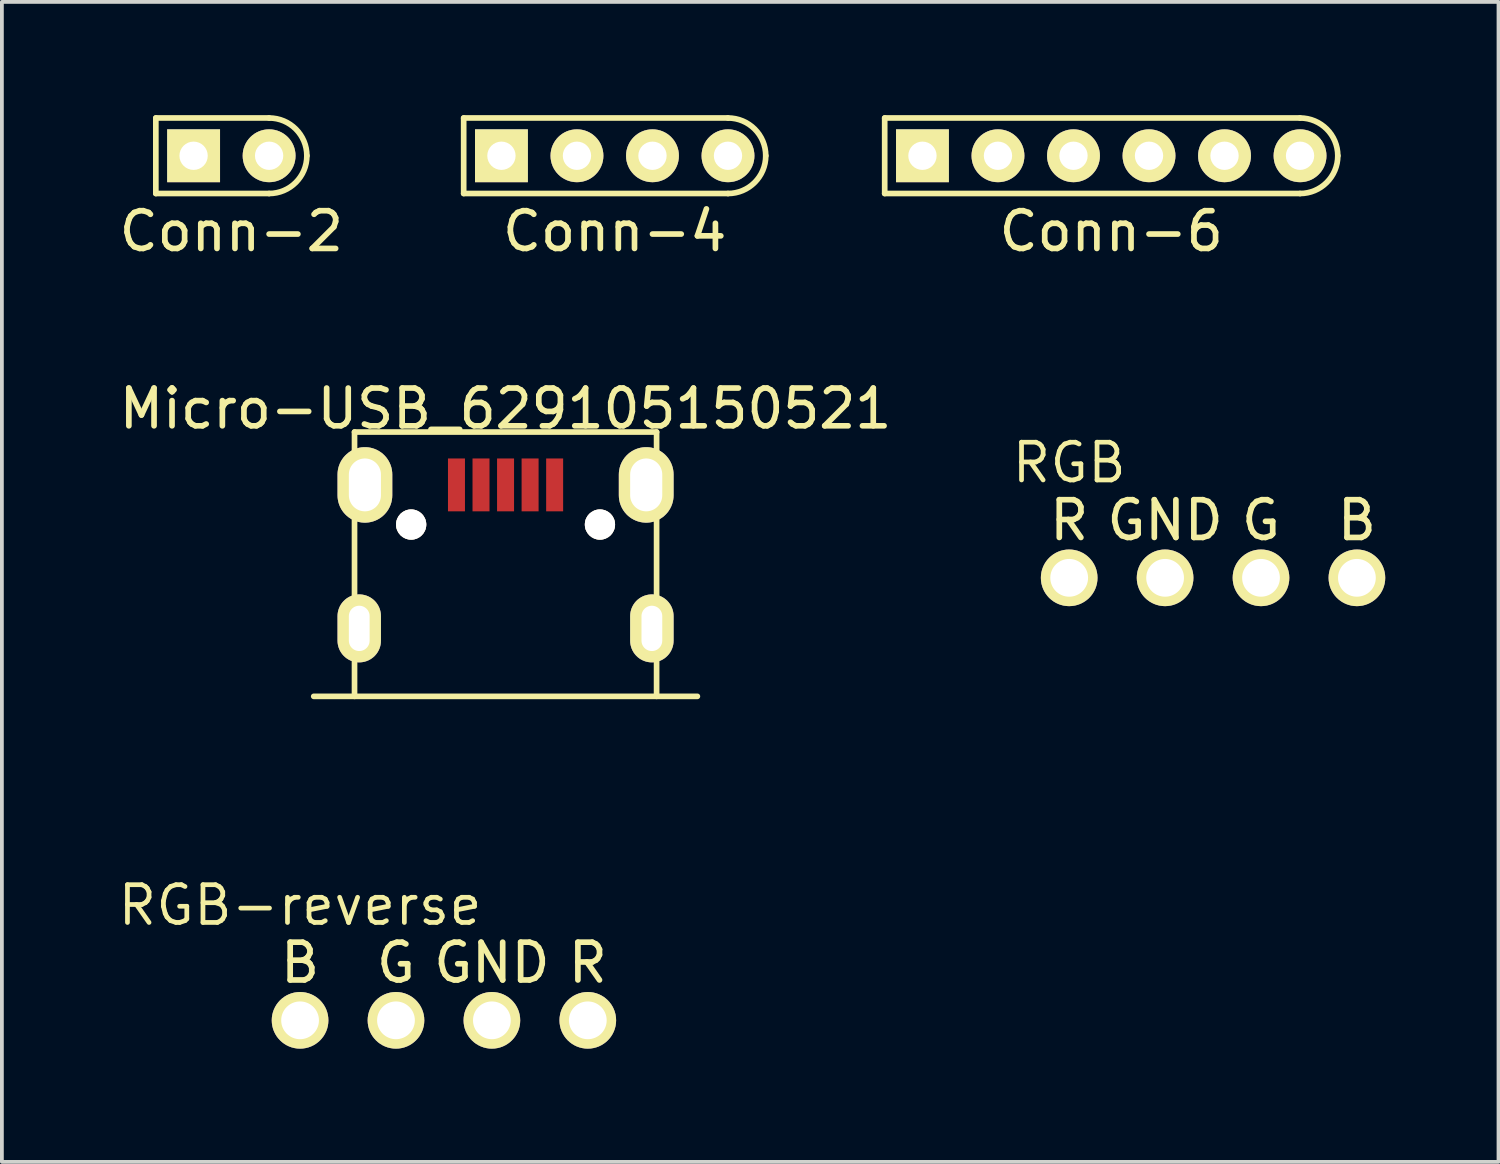
<source format=kicad_pcb>
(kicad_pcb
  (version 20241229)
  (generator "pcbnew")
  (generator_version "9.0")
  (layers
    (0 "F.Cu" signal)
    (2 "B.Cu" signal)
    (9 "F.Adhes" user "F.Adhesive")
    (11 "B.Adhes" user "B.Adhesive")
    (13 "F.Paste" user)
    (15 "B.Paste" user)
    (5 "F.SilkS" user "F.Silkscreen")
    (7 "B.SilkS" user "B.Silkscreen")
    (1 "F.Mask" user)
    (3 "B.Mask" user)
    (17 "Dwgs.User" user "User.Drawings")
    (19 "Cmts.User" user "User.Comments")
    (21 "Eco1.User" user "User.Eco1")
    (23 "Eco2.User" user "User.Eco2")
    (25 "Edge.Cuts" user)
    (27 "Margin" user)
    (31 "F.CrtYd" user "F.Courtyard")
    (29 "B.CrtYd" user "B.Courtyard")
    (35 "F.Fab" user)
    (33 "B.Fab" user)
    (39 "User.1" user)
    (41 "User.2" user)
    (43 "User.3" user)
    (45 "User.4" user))
  (footprint "Conn-6"
    (layer "F.Cu")
    (at 26.38 1.075)
    (property "Reference" "Conn-6" (at 0 2 0) (layer "F.SilkS") (effects (font (size 1 1) (thickness 0.15))))
    (attr through_hole)
    (fp_line (start -6 -1) (end -6 1) (stroke (width 0.15) (type solid)) (layer "F.SilkS"))
    (fp_line (start -6 1) (end 5 1) (stroke (width 0.15) (type solid)) (layer "F.SilkS"))
    (fp_line (start 5 -1) (end -6 -1) (stroke (width 0.15) (type solid)) (layer "F.SilkS"))
    (fp_arc (start 5 -1) (mid 5.707107 -0.707107) (end 6 0) (stroke (width 0.15) (type solid)) (layer "F.SilkS"))
    (fp_arc (start 6 0) (mid 5.707107 0.707107) (end 5 1) (stroke (width 0.15) (type solid)) (layer "F.SilkS"))
    (pad "1" thru_hole rect (at -5 0) (size 1.4 1.4) (drill 0.75) (layers "*.Cu" "*.Mask" "F.SilkS"))
    (pad "2" thru_hole circle (at -3 0) (size 1.4 1.4) (drill 0.75) (layers "*.Cu" "*.Mask" "F.SilkS"))
    (pad "3" thru_hole circle (at -1 0) (size 1.4 1.4) (drill 0.75) (layers "*.Cu" "*.Mask" "F.SilkS"))
    (pad "4" thru_hole circle (at 1 0) (size 1.4 1.4) (drill 0.75) (layers "*.Cu" "*.Mask" "F.SilkS"))
    (pad "5" thru_hole circle (at 3 0) (size 1.4 1.4) (drill 0.75) (layers "*.Cu" "*.Mask" "F.SilkS"))
    (pad "6" thru_hole circle (at 5 0) (size 1.4 1.4) (drill 0.75) (layers "*.Cu" "*.Mask" "F.SilkS")))
  (footprint "Micro-USB_629105150521"
    (layer "F.Cu")
    (at 10.339 15.392)
    (property "Reference" "Micro-USB_629105150521" (at 0 -7.62 0) (layer "F.SilkS") (effects (font (size 1 1) (thickness 0.15))))
    (attr through_hole)
    (fp_line (start -5.08 0) (end 5.08 0) (stroke (width 0.15) (type solid)) (layer "F.SilkS"))
    (fp_line (start -4 -7) (end 4 -7) (stroke (width 0.15) (type solid)) (layer "F.SilkS"))
    (fp_line (start -4 0) (end -4 -7) (stroke (width 0.15) (type solid)) (layer "F.SilkS"))
    (fp_line (start 4 -7) (end 4 0) (stroke (width 0.15) (type solid)) (layer "F.SilkS"))
    (pad "" thru_hole circle (at -2.5 -4.55) (size 0.8 0.8) (drill 0.8) (layers "*.Cu" "*.Mask" "F.SilkS"))
    (pad "" thru_hole circle (at 2.5 -4.55) (size 0.8 0.8) (drill 0.8) (layers "*.Cu" "*.Mask" "F.SilkS"))
    (pad "1" smd rect (at -1.3 -5.6) (size 0.45 1.4) (layers "F.Cu" "F.Mask" "F.Paste"))
    (pad "2" smd rect (at -0.65 -5.6) (size 0.45 1.4) (layers "F.Cu" "F.Mask" "F.Paste"))
    (pad "3" smd rect (at 0 -5.6) (size 0.45 1.4) (layers "F.Cu" "F.Mask" "F.Paste"))
    (pad "4" smd rect (at 0.65 -5.6) (size 0.45 1.4) (layers "F.Cu" "F.Mask" "F.Paste"))
    (pad "5" smd rect (at 1.3 -5.6) (size 0.45 1.4) (layers "F.Cu" "F.Mask" "F.Paste"))
    (pad "6" thru_hole oval (at -3.875 -1.8) (size 1.15 1.8) (drill oval 0.55 1.2) (layers "*.Cu" "*.Mask" "F.SilkS"))
    (pad "6" thru_hole oval (at -3.725 -5.6) (size 1.45 2) (drill oval 0.85 1.4) (layers "*.Cu" "*.Mask" "F.SilkS"))
    (pad "6" thru_hole oval (at 3.725 -5.6) (size 1.45 2) (drill oval 0.85 1.4) (layers "*.Cu" "*.Mask" "F.SilkS"))
    (pad "6" thru_hole oval (at 3.875 -1.8) (size 1.15 1.8) (drill oval 0.55 1.2) (layers "*.Cu" "*.Mask" "F.SilkS")))
  (footprint "RGB"
    (layer "F.Cu")
    (at 29.076 7.173)
    (property "Reference" "RGB" (at -3.81 2.032 0) (layer "F.SilkS") (effects (font (size 1 1) (thickness 0.125))))
    (attr through_hole)
    (fp_text user "B" (at 3.81 3.556 0) (layer "F.SilkS") (effects (font (size 1 1) (thickness 0.15))))
    (fp_text user "G" (at 1.27 3.556 0) (layer "F.SilkS") (effects (font (size 1 1) (thickness 0.15))))
    (fp_text user "GND" (at -1.27 3.556 0) (layer "F.SilkS") (effects (font (size 1 1) (thickness 0.15))))
    (fp_text user "R" (at -3.81 3.556 0) (layer "F.SilkS") (effects (font (size 1 1) (thickness 0.15))))
    (pad "1" thru_hole circle (at -1.27 5.08) (size 1.5 1.5) (drill 1) (layers "*.Cu" "*.Mask" "F.SilkS"))
    (pad "2" thru_hole circle (at -3.81 5.08) (size 1.5 1.5) (drill 1) (layers "*.Cu" "*.Mask" "F.SilkS"))
    (pad "3" thru_hole circle (at 3.81 5.08) (size 1.5 1.5) (drill 1) (layers "*.Cu" "*.Mask" "F.SilkS"))
    (pad "4" thru_hole circle (at 1.27 5.08) (size 1.5 1.5) (drill 1) (layers "*.Cu" "*.Mask" "F.SilkS")))
  (footprint "RGB-reverse"
    (layer "F.Cu")
    (at 8.707 18.892)
    (property "Reference" "RGB-reverse" (at -3.81 2.032 0) (layer "F.SilkS") (effects (font (size 1 1) (thickness 0.125))))
    (attr through_hole)
    (fp_text user "GND" (at 1.27 3.556 0) (layer "F.SilkS") (effects (font (size 1 1) (thickness 0.15))))
    (fp_text user "R" (at 3.81 3.556 0) (layer "F.SilkS") (effects (font (size 1 1) (thickness 0.15))))
    (fp_text user "G" (at -1.27 3.556 0) (layer "F.SilkS") (effects (font (size 1 1) (thickness 0.15))))
    (fp_text user "B" (at -3.81 3.556 0) (layer "F.SilkS") (effects (font (size 1 1) (thickness 0.15))))
    (pad "1" thru_hole circle (at 1.27 5.08 180) (size 1.5 1.5) (drill 1) (layers "*.Cu" "*.Mask" "F.SilkS"))
    (pad "2" thru_hole circle (at 3.81 5.08 180) (size 1.5 1.5) (drill 1) (layers "*.Cu" "*.Mask" "F.SilkS"))
    (pad "3" thru_hole circle (at -3.81 5.08 180) (size 1.5 1.5) (drill 1) (layers "*.Cu" "*.Mask" "F.SilkS"))
    (pad "4" thru_hole circle (at -1.27 5.08 180) (size 1.5 1.5) (drill 1) (layers "*.Cu" "*.Mask" "F.SilkS")))
  (footprint "Conn-4"
    (layer "F.Cu")
    (at 13.23 1.075)
    (property "Reference" "Conn-4" (at 0 2 0) (layer "F.SilkS") (effects (font (size 1 1) (thickness 0.15))))
    (attr through_hole)
    (fp_line (start -4 -1) (end -4 1) (stroke (width 0.15) (type solid)) (layer "F.SilkS"))
    (fp_line (start -4 -1) (end 3 -1) (stroke (width 0.15) (type solid)) (layer "F.SilkS"))
    (fp_line (start -4 1) (end 3 1) (stroke (width 0.15) (type solid)) (layer "F.SilkS"))
    (fp_arc (start 3 -1) (mid 3.707107 -0.707107) (end 4 0) (stroke (width 0.15) (type solid)) (layer "F.SilkS"))
    (fp_arc (start 4 0) (mid 3.707107 0.707107) (end 3 1) (stroke (width 0.15) (type solid)) (layer "F.SilkS"))
    (pad "1" thru_hole rect (at -3 0) (size 1.4 1.4) (drill 0.75) (layers "*.Cu" "*.Mask" "F.SilkS"))
    (pad "2" thru_hole circle (at -1 0) (size 1.4 1.4) (drill 0.75) (layers "*.Cu" "*.Mask" "F.SilkS"))
    (pad "3" thru_hole circle (at 1 0) (size 1.4 1.4) (drill 0.75) (layers "*.Cu" "*.Mask" "F.SilkS"))
    (pad "4" thru_hole circle (at 3 0) (size 1.4 1.4) (drill 0.75) (layers "*.Cu" "*.Mask" "F.SilkS")))
  (footprint "Conn-2"
    (layer "F.Cu")
    (at 3.077 1.075)
    (property "Reference" "Conn-2" (at 0 2 0) (layer "F.SilkS") (effects (font (size 1 1) (thickness 0.15))))
    (attr through_hole)
    (fp_line (start -2 -1) (end -2 1) (stroke (width 0.15) (type solid)) (layer "F.SilkS"))
    (fp_line (start -2 1) (end 1 1) (stroke (width 0.15) (type solid)) (layer "F.SilkS"))
    (fp_line (start 1 -1) (end -2 -1) (stroke (width 0.15) (type solid)) (layer "F.SilkS"))
    (fp_arc (start 1 -1) (mid 1.707107 -0.707107) (end 2 0) (stroke (width 0.15) (type solid)) (layer "F.SilkS"))
    (fp_arc (start 2 0) (mid 1.707107 0.707107) (end 1 1) (stroke (width 0.15) (type solid)) (layer "F.SilkS"))
    (pad "1" thru_hole rect (at -1 0) (size 1.4 1.4) (drill 0.75) (layers "*.Cu" "*.Mask" "F.SilkS"))
    (pad "2" thru_hole circle (at 1 0) (size 1.4 1.4) (drill 0.75) (layers "*.Cu" "*.Mask" "F.SilkS")))
  (gr_rect
    (start -3 -3)
    (end 36.636 27.721)
    (stroke (width 0.1) (type default))
    (fill no)
    (layer "Edge.Cuts")))
</source>
